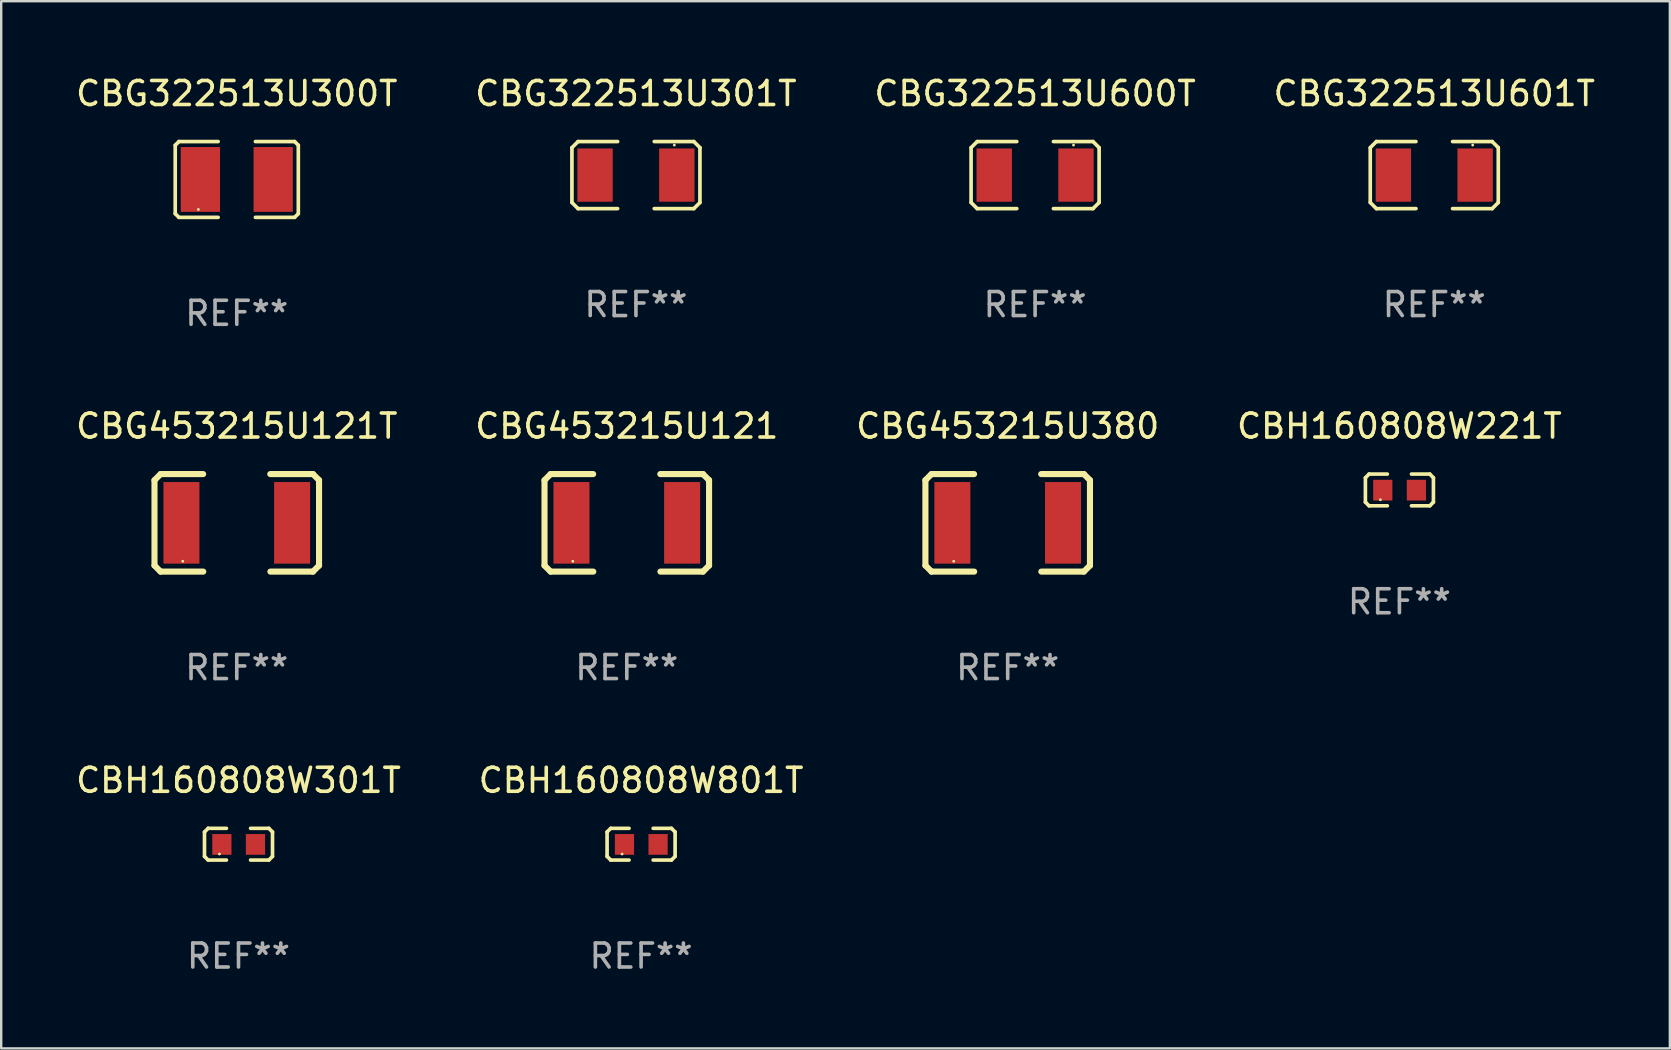
<source format=kicad_pcb>
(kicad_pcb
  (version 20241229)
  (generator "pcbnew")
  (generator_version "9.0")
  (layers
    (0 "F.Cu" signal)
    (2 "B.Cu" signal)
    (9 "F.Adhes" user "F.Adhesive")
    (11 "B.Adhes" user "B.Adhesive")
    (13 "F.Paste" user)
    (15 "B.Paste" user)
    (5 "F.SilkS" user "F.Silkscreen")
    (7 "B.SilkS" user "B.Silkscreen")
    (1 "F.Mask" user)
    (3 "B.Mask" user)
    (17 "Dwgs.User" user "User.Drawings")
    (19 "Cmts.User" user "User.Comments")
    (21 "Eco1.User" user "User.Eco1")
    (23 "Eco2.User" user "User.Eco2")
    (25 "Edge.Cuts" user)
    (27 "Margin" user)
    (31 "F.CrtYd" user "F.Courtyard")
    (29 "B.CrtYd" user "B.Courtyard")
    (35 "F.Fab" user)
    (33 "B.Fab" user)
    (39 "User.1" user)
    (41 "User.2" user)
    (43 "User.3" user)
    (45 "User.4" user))
  (footprint "CBG453215U121T"
    (layer "F.Cu")
    (at 6.815 18.734)
    (property "Reference" "CBG453215U121T" (at 0 -4.032 0) (layer "F.SilkS") (effects (font (size 1 1) (thickness 0.15))))
    (attr through_hole)
    (fp_line (start -3.428 -1.778) (end -3.174 -2.032) (stroke (width 0.254) (type solid)) (layer "F.SilkS"))
    (fp_line (start -3.428 1.778) (end -3.428 -1.778) (stroke (width 0.254) (type solid)) (layer "F.SilkS"))
    (fp_line (start -3.174 -2.032) (end -1.401 -2.032) (stroke (width 0.254) (type solid)) (layer "F.SilkS"))
    (fp_line (start -3.174 2.032) (end -3.428 1.778) (stroke (width 0.254) (type solid)) (layer "F.SilkS"))
    (fp_line (start -1.396 2.032) (end -3.174 2.032) (stroke (width 0.254) (type solid)) (layer "F.SilkS"))
    (fp_line (start 1.396 -2.032) (end 3.174 -2.032) (stroke (width 0.254) (type solid)) (layer "F.SilkS"))
    (fp_line (start 3.174 -2.032) (end 3.428 -1.778) (stroke (width 0.254) (type solid)) (layer "F.SilkS"))
    (fp_line (start 3.174 2.032) (end 1.401 2.032) (stroke (width 0.254) (type solid)) (layer "F.SilkS"))
    (fp_line (start 3.428 -1.778) (end 3.428 1.778) (stroke (width 0.254) (type solid)) (layer "F.SilkS"))
    (fp_line (start 3.428 1.778) (end 3.174 2.032) (stroke (width 0.254) (type solid)) (layer "F.SilkS"))
    (fp_circle (center -2.25 1.6) (end -2.22 1.6) (stroke (width 0.06) (type solid)) (fill no) (layer "F.SilkS"))
    (fp_text user "REF**" (at 0 6.032 0) (layer "F.Fab") (effects (font (size 1 1) (thickness 0.15))))
    (pad "1" smd rect (at -2.305 0) (size 1.5 3.4) (layers "F.Cu" "F.Mask" "F.Paste"))
    (pad "2" smd rect (at 2.305 0) (size 1.5 3.4) (layers "F.Cu" "F.Mask" "F.Paste")))
  (footprint "CBG322513U301T"
    (layer "F.Cu")
    (at 23.446 4.245)
    (property "Reference" "CBG322513U301T" (at 0 -3.397 0) (layer "F.SilkS") (effects (font (size 1 1) (thickness 0.15))))
    (attr through_hole)
    (fp_line (start -2.667 -1.143) (end -2.413 -1.397) (stroke (width 0.152) (type solid)) (layer "F.SilkS"))
    (fp_line (start -2.667 1.143) (end -2.667 -1.143) (stroke (width 0.152) (type solid)) (layer "F.SilkS"))
    (fp_line (start -2.413 -1.397) (end -0.762 -1.397) (stroke (width 0.152) (type solid)) (layer "F.SilkS"))
    (fp_line (start -2.413 1.397) (end -2.667 1.143) (stroke (width 0.152) (type solid)) (layer "F.SilkS"))
    (fp_line (start -0.762 1.397) (end -2.413 1.397) (stroke (width 0.152) (type solid)) (layer "F.SilkS"))
    (fp_line (start 0.762 -1.397) (end 2.413 -1.397) (stroke (width 0.152) (type solid)) (layer "F.SilkS"))
    (fp_line (start 2.413 -1.397) (end 2.667 -1.143) (stroke (width 0.152) (type solid)) (layer "F.SilkS"))
    (fp_line (start 2.413 1.397) (end 0.762 1.397) (stroke (width 0.152) (type solid)) (layer "F.SilkS"))
    (fp_line (start 2.667 -1.143) (end 2.667 1.143) (stroke (width 0.152) (type solid)) (layer "F.SilkS"))
    (fp_line (start 2.667 1.143) (end 2.413 1.397) (stroke (width 0.152) (type solid)) (layer "F.SilkS"))
    (fp_circle (center 1.6 -1.25) (end 1.63 -1.25) (stroke (width 0.06) (type solid)) (fill no) (layer "F.SilkS"))
    (fp_text user "REF**" (at 0 5.397 0) (layer "F.Fab") (effects (font (size 1 1) (thickness 0.15))))
    (pad "1" smd rect (at 1.703 0) (size 1.474 2.22) (layers "F.Cu" "F.Mask" "F.Paste"))
    (pad "2" smd rect (at -1.703 0) (size 1.474 2.22) (layers "F.Cu" "F.Mask" "F.Paste")))
  (footprint "CBH160808W801T"
    (layer "F.Cu")
    (at 23.661 32.123)
    (property "Reference" "CBH160808W801T" (at 0 -2.661 0) (layer "F.SilkS") (effects (font (size 1 1) (thickness 0.15))))
    (attr through_hole)
    (fp_line (start -1.417 -0.508) (end -1.265 -0.661) (stroke (width 0.152) (type solid)) (layer "F.SilkS"))
    (fp_line (start -1.417 0.508) (end -1.417 -0.508) (stroke (width 0.152) (type solid)) (layer "F.SilkS"))
    (fp_line (start -1.265 -0.661) (end -0.503 -0.661) (stroke (width 0.152) (type solid)) (layer "F.SilkS"))
    (fp_line (start -1.265 0.661) (end -1.417 0.508) (stroke (width 0.152) (type solid)) (layer "F.SilkS"))
    (fp_line (start -1.265 0.661) (end -0.503 0.661) (stroke (width 0.152) (type solid)) (layer "F.SilkS"))
    (fp_line (start 1.265 -0.661) (end 0.503 -0.661) (stroke (width 0.152) (type solid)) (layer "F.SilkS"))
    (fp_line (start 1.265 -0.661) (end 1.417 -0.508) (stroke (width 0.152) (type solid)) (layer "F.SilkS"))
    (fp_line (start 1.265 0.661) (end 0.503 0.661) (stroke (width 0.152) (type solid)) (layer "F.SilkS"))
    (fp_line (start 1.417 -0.508) (end 1.417 0.508) (stroke (width 0.152) (type solid)) (layer "F.SilkS"))
    (fp_line (start 1.417 0.508) (end 1.265 0.661) (stroke (width 0.152) (type solid)) (layer "F.SilkS"))
    (fp_circle (center -0.793 0.409) (end -0.763 0.409) (stroke (width 0.06) (type solid)) (fill no) (layer "F.SilkS"))
    (fp_text user "REF**" (at 0 4.661 0) (layer "F.Fab") (effects (font (size 1 1) (thickness 0.15))))
    (pad "1" smd rect (at -0.693 0.009 180) (size 0.8 0.864) (layers "F.Cu" "F.Mask" "F.Paste"))
    (pad "2" smd rect (at 0.707 0.009 180) (size 0.8 0.864) (layers "F.Cu" "F.Mask" "F.Paste")))
  (footprint "CBH160808W221T"
    (layer "F.Cu")
    (at 55.256 17.363)
    (property "Reference" "CBH160808W221T" (at 0 -2.661 0) (layer "F.SilkS") (effects (font (size 1 1) (thickness 0.15))))
    (attr through_hole)
    (fp_line (start -1.417 -0.508) (end -1.265 -0.661) (stroke (width 0.152) (type solid)) (layer "F.SilkS"))
    (fp_line (start -1.417 0.508) (end -1.417 -0.508) (stroke (width 0.152) (type solid)) (layer "F.SilkS"))
    (fp_line (start -1.265 -0.661) (end -0.503 -0.661) (stroke (width 0.152) (type solid)) (layer "F.SilkS"))
    (fp_line (start -1.265 0.661) (end -1.417 0.508) (stroke (width 0.152) (type solid)) (layer "F.SilkS"))
    (fp_line (start -1.265 0.661) (end -0.503 0.661) (stroke (width 0.152) (type solid)) (layer "F.SilkS"))
    (fp_line (start 1.265 -0.661) (end 0.503 -0.661) (stroke (width 0.152) (type solid)) (layer "F.SilkS"))
    (fp_line (start 1.265 -0.661) (end 1.417 -0.508) (stroke (width 0.152) (type solid)) (layer "F.SilkS"))
    (fp_line (start 1.265 0.661) (end 0.503 0.661) (stroke (width 0.152) (type solid)) (layer "F.SilkS"))
    (fp_line (start 1.417 -0.508) (end 1.417 0.508) (stroke (width 0.152) (type solid)) (layer "F.SilkS"))
    (fp_line (start 1.417 0.508) (end 1.265 0.661) (stroke (width 0.152) (type solid)) (layer "F.SilkS"))
    (fp_circle (center -0.793 0.409) (end -0.763 0.409) (stroke (width 0.06) (type solid)) (fill no) (layer "F.SilkS"))
    (fp_text user "REF**" (at 0 4.661 0) (layer "F.Fab") (effects (font (size 1 1) (thickness 0.15))))
    (pad "1" smd rect (at -0.693 0.009 180) (size 0.8 0.864) (layers "F.Cu" "F.Mask" "F.Paste"))
    (pad "2" smd rect (at 0.707 0.009 180) (size 0.8 0.864) (layers "F.Cu" "F.Mask" "F.Paste")))
  (footprint "CBG322513U601T"
    (layer "F.Cu")
    (at 56.708 4.245)
    (property "Reference" "CBG322513U601T" (at 0 -3.397 0) (layer "F.SilkS") (effects (font (size 1 1) (thickness 0.15))))
    (attr through_hole)
    (fp_line (start -2.667 -1.143) (end -2.413 -1.397) (stroke (width 0.152) (type solid)) (layer "F.SilkS"))
    (fp_line (start -2.667 1.143) (end -2.667 -1.143) (stroke (width 0.152) (type solid)) (layer "F.SilkS"))
    (fp_line (start -2.413 -1.397) (end -0.762 -1.397) (stroke (width 0.152) (type solid)) (layer "F.SilkS"))
    (fp_line (start -2.413 1.397) (end -2.667 1.143) (stroke (width 0.152) (type solid)) (layer "F.SilkS"))
    (fp_line (start -0.762 1.397) (end -2.413 1.397) (stroke (width 0.152) (type solid)) (layer "F.SilkS"))
    (fp_line (start 0.762 -1.397) (end 2.413 -1.397) (stroke (width 0.152) (type solid)) (layer "F.SilkS"))
    (fp_line (start 2.413 -1.397) (end 2.667 -1.143) (stroke (width 0.152) (type solid)) (layer "F.SilkS"))
    (fp_line (start 2.413 1.397) (end 0.762 1.397) (stroke (width 0.152) (type solid)) (layer "F.SilkS"))
    (fp_line (start 2.667 -1.143) (end 2.667 1.143) (stroke (width 0.152) (type solid)) (layer "F.SilkS"))
    (fp_line (start 2.667 1.143) (end 2.413 1.397) (stroke (width 0.152) (type solid)) (layer "F.SilkS"))
    (fp_circle (center 1.6 -1.25) (end 1.63 -1.25) (stroke (width 0.06) (type solid)) (fill no) (layer "F.SilkS"))
    (fp_text user "REF**" (at 0 5.397 0) (layer "F.Fab") (effects (font (size 1 1) (thickness 0.15))))
    (pad "1" smd rect (at 1.703 0) (size 1.474 2.22) (layers "F.Cu" "F.Mask" "F.Paste"))
    (pad "2" smd rect (at -1.703 0) (size 1.474 2.22) (layers "F.Cu" "F.Mask" "F.Paste")))
  (footprint "CBG322513U300T"
    (layer "F.Cu")
    (at 6.815 4.427)
    (property "Reference" "CBG322513U300T" (at 0 -3.579 0) (layer "F.SilkS") (effects (font (size 1 1) (thickness 0.15))))
    (attr through_hole)
    (fp_line (start -2.564 -1.426) (end -2.564 1.426) (stroke (width 0.152) (type solid)) (layer "F.SilkS"))
    (fp_line (start -2.564 1.426) (end -2.411 1.579) (stroke (width 0.152) (type solid)) (layer "F.SilkS"))
    (fp_line (start -2.411 -1.579) (end -2.564 -1.426) (stroke (width 0.152) (type solid)) (layer "F.SilkS"))
    (fp_line (start -2.411 1.579) (end -0.776 1.579) (stroke (width 0.152) (type solid)) (layer "F.SilkS"))
    (fp_line (start -0.776 -1.579) (end -2.411 -1.579) (stroke (width 0.152) (type solid)) (layer "F.SilkS"))
    (fp_line (start 0.776 -1.579) (end 2.411 -1.579) (stroke (width 0.152) (type solid)) (layer "F.SilkS"))
    (fp_line (start 2.411 -1.579) (end 2.564 -1.426) (stroke (width 0.152) (type solid)) (layer "F.SilkS"))
    (fp_line (start 2.411 1.579) (end 0.776 1.579) (stroke (width 0.152) (type solid)) (layer "F.SilkS"))
    (fp_line (start 2.564 -1.426) (end 2.564 1.426) (stroke (width 0.152) (type solid)) (layer "F.SilkS"))
    (fp_line (start 2.564 1.426) (end 2.411 1.579) (stroke (width 0.152) (type solid)) (layer "F.SilkS"))
    (fp_circle (center -1.6 1.25) (end -1.57 1.25) (stroke (width 0.06) (type solid)) (fill no) (layer "F.SilkS"))
    (fp_text user "REF**" (at 0 5.579 0) (layer "F.Fab") (effects (font (size 1 1) (thickness 0.15))))
    (pad "1" smd rect (at -1.517 -0.000013) (size 1.635 2.7) (layers "F.Cu" "F.Mask" "F.Paste"))
    (pad "2" smd rect (at 1.517 -0.000013) (size 1.635 2.7) (layers "F.Cu" "F.Mask" "F.Paste")))
  (footprint "CBG453215U121"
    (layer "F.Cu")
    (at 23.065 18.734)
    (property "Reference" "CBG453215U121" (at 0 -4.032 0) (layer "F.SilkS") (effects (font (size 1 1) (thickness 0.15))))
    (attr through_hole)
    (fp_line (start -3.428 -1.778) (end -3.174 -2.032) (stroke (width 0.254) (type solid)) (layer "F.SilkS"))
    (fp_line (start -3.428 1.778) (end -3.428 -1.778) (stroke (width 0.254) (type solid)) (layer "F.SilkS"))
    (fp_line (start -3.174 -2.032) (end -1.401 -2.032) (stroke (width 0.254) (type solid)) (layer "F.SilkS"))
    (fp_line (start -3.174 2.032) (end -3.428 1.778) (stroke (width 0.254) (type solid)) (layer "F.SilkS"))
    (fp_line (start -1.396 2.032) (end -3.174 2.032) (stroke (width 0.254) (type solid)) (layer "F.SilkS"))
    (fp_line (start 1.396 -2.032) (end 3.174 -2.032) (stroke (width 0.254) (type solid)) (layer "F.SilkS"))
    (fp_line (start 3.174 -2.032) (end 3.428 -1.778) (stroke (width 0.254) (type solid)) (layer "F.SilkS"))
    (fp_line (start 3.174 2.032) (end 1.401 2.032) (stroke (width 0.254) (type solid)) (layer "F.SilkS"))
    (fp_line (start 3.428 -1.778) (end 3.428 1.778) (stroke (width 0.254) (type solid)) (layer "F.SilkS"))
    (fp_line (start 3.428 1.778) (end 3.174 2.032) (stroke (width 0.254) (type solid)) (layer "F.SilkS"))
    (fp_circle (center -2.25 1.6) (end -2.22 1.6) (stroke (width 0.06) (type solid)) (fill no) (layer "F.SilkS"))
    (fp_text user "REF**" (at 0 6.032 0) (layer "F.Fab") (effects (font (size 1 1) (thickness 0.15))))
    (pad "1" smd rect (at -2.305 0) (size 1.5 3.4) (layers "F.Cu" "F.Mask" "F.Paste"))
    (pad "2" smd rect (at 2.305 0) (size 1.5 3.4) (layers "F.Cu" "F.Mask" "F.Paste")))
  (footprint "CBG453215U380"
    (layer "F.Cu")
    (at 38.935 18.734)
    (property "Reference" "CBG453215U380" (at 0 -4.032 0) (layer "F.SilkS") (effects (font (size 1 1) (thickness 0.15))))
    (attr through_hole)
    (fp_line (start -3.428 -1.778) (end -3.174 -2.032) (stroke (width 0.254) (type solid)) (layer "F.SilkS"))
    (fp_line (start -3.428 1.778) (end -3.428 -1.778) (stroke (width 0.254) (type solid)) (layer "F.SilkS"))
    (fp_line (start -3.174 -2.032) (end -1.401 -2.032) (stroke (width 0.254) (type solid)) (layer "F.SilkS"))
    (fp_line (start -3.174 2.032) (end -3.428 1.778) (stroke (width 0.254) (type solid)) (layer "F.SilkS"))
    (fp_line (start -1.396 2.032) (end -3.174 2.032) (stroke (width 0.254) (type solid)) (layer "F.SilkS"))
    (fp_line (start 1.396 -2.032) (end 3.174 -2.032) (stroke (width 0.254) (type solid)) (layer "F.SilkS"))
    (fp_line (start 3.174 -2.032) (end 3.428 -1.778) (stroke (width 0.254) (type solid)) (layer "F.SilkS"))
    (fp_line (start 3.174 2.032) (end 1.401 2.032) (stroke (width 0.254) (type solid)) (layer "F.SilkS"))
    (fp_line (start 3.428 -1.778) (end 3.428 1.778) (stroke (width 0.254) (type solid)) (layer "F.SilkS"))
    (fp_line (start 3.428 1.778) (end 3.174 2.032) (stroke (width 0.254) (type solid)) (layer "F.SilkS"))
    (fp_circle (center -2.25 1.6) (end -2.22 1.6) (stroke (width 0.06) (type solid)) (fill no) (layer "F.SilkS"))
    (fp_text user "REF**" (at 0 6.032 0) (layer "F.Fab") (effects (font (size 1 1) (thickness 0.15))))
    (pad "1" smd rect (at -2.305 0) (size 1.5 3.4) (layers "F.Cu" "F.Mask" "F.Paste"))
    (pad "2" smd rect (at 2.305 0) (size 1.5 3.4) (layers "F.Cu" "F.Mask" "F.Paste")))
  (footprint "CBG322513U600T"
    (layer "F.Cu")
    (at 40.077 4.245)
    (property "Reference" "CBG322513U600T" (at 0 -3.397 0) (layer "F.SilkS") (effects (font (size 1 1) (thickness 0.15))))
    (attr through_hole)
    (fp_line (start -2.667 -1.143) (end -2.413 -1.397) (stroke (width 0.152) (type solid)) (layer "F.SilkS"))
    (fp_line (start -2.667 1.143) (end -2.667 -1.143) (stroke (width 0.152) (type solid)) (layer "F.SilkS"))
    (fp_line (start -2.413 -1.397) (end -0.762 -1.397) (stroke (width 0.152) (type solid)) (layer "F.SilkS"))
    (fp_line (start -2.413 1.397) (end -2.667 1.143) (stroke (width 0.152) (type solid)) (layer "F.SilkS"))
    (fp_line (start -0.762 1.397) (end -2.413 1.397) (stroke (width 0.152) (type solid)) (layer "F.SilkS"))
    (fp_line (start 0.762 -1.397) (end 2.413 -1.397) (stroke (width 0.152) (type solid)) (layer "F.SilkS"))
    (fp_line (start 2.413 -1.397) (end 2.667 -1.143) (stroke (width 0.152) (type solid)) (layer "F.SilkS"))
    (fp_line (start 2.413 1.397) (end 0.762 1.397) (stroke (width 0.152) (type solid)) (layer "F.SilkS"))
    (fp_line (start 2.667 -1.143) (end 2.667 1.143) (stroke (width 0.152) (type solid)) (layer "F.SilkS"))
    (fp_line (start 2.667 1.143) (end 2.413 1.397) (stroke (width 0.152) (type solid)) (layer "F.SilkS"))
    (fp_circle (center 1.6 -1.25) (end 1.63 -1.25) (stroke (width 0.06) (type solid)) (fill no) (layer "F.SilkS"))
    (fp_text user "REF**" (at 0 5.397 0) (layer "F.Fab") (effects (font (size 1 1) (thickness 0.15))))
    (pad "1" smd rect (at 1.703 0) (size 1.474 2.22) (layers "F.Cu" "F.Mask" "F.Paste"))
    (pad "2" smd rect (at -1.703 0) (size 1.474 2.22) (layers "F.Cu" "F.Mask" "F.Paste")))
  (footprint "CBH160808W301T"
    (layer "F.Cu")
    (at 6.887 32.123)
    (property "Reference" "CBH160808W301T" (at 0 -2.661 0) (layer "F.SilkS") (effects (font (size 1 1) (thickness 0.15))))
    (attr through_hole)
    (fp_line (start -1.417 -0.508) (end -1.265 -0.661) (stroke (width 0.152) (type solid)) (layer "F.SilkS"))
    (fp_line (start -1.417 0.508) (end -1.417 -0.508) (stroke (width 0.152) (type solid)) (layer "F.SilkS"))
    (fp_line (start -1.265 -0.661) (end -0.503 -0.661) (stroke (width 0.152) (type solid)) (layer "F.SilkS"))
    (fp_line (start -1.265 0.661) (end -1.417 0.508) (stroke (width 0.152) (type solid)) (layer "F.SilkS"))
    (fp_line (start -1.265 0.661) (end -0.503 0.661) (stroke (width 0.152) (type solid)) (layer "F.SilkS"))
    (fp_line (start 1.265 -0.661) (end 0.503 -0.661) (stroke (width 0.152) (type solid)) (layer "F.SilkS"))
    (fp_line (start 1.265 -0.661) (end 1.417 -0.508) (stroke (width 0.152) (type solid)) (layer "F.SilkS"))
    (fp_line (start 1.265 0.661) (end 0.503 0.661) (stroke (width 0.152) (type solid)) (layer "F.SilkS"))
    (fp_line (start 1.417 -0.508) (end 1.417 0.508) (stroke (width 0.152) (type solid)) (layer "F.SilkS"))
    (fp_line (start 1.417 0.508) (end 1.265 0.661) (stroke (width 0.152) (type solid)) (layer "F.SilkS"))
    (fp_circle (center -0.793 0.409) (end -0.763 0.409) (stroke (width 0.06) (type solid)) (fill no) (layer "F.SilkS"))
    (fp_text user "REF**" (at 0 4.661 0) (layer "F.Fab") (effects (font (size 1 1) (thickness 0.15))))
    (pad "1" smd rect (at -0.693 0.009 180) (size 0.8 0.864) (layers "F.Cu" "F.Mask" "F.Paste"))
    (pad "2" smd rect (at 0.707 0.009 180) (size 0.8 0.864) (layers "F.Cu" "F.Mask" "F.Paste")))
  (gr_rect
    (start -3 -3)
    (end 66.524 40.632)
    (stroke (width 0.1) (type default))
    (fill no)
    (layer "Edge.Cuts")))
</source>
